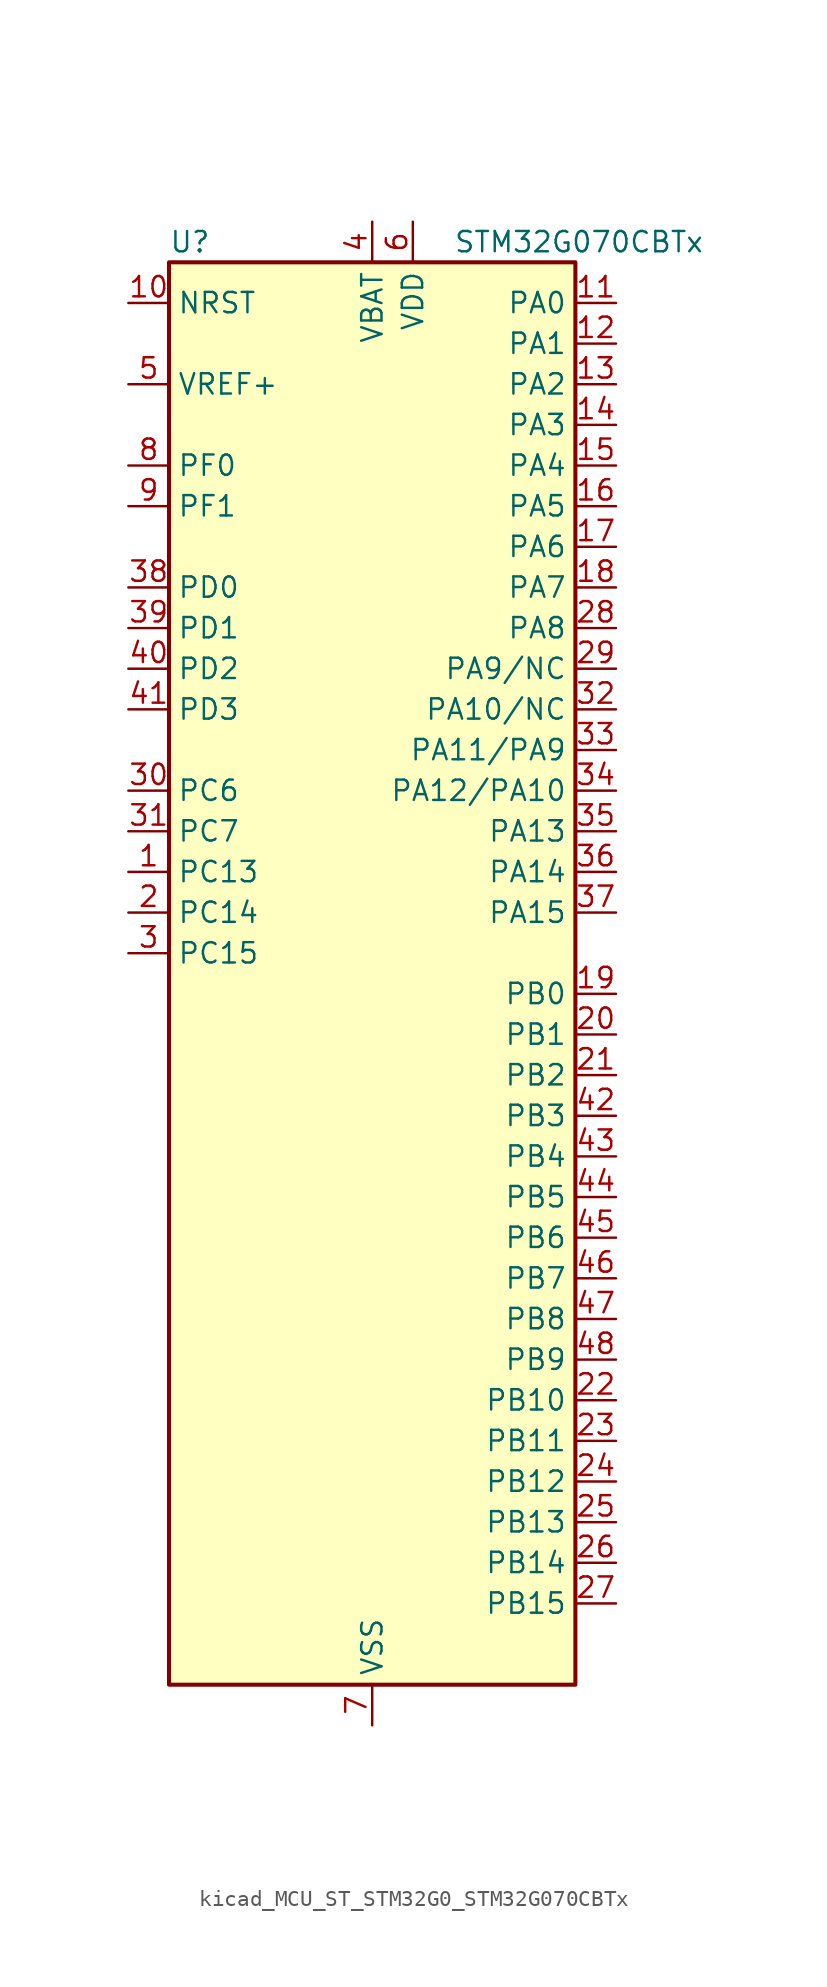
<source format=kicad_sym>
(kicad_symbol_lib
  (version 20220914)
  (generator kicad_symbol_editor)
  (symbol "kicad_MCU_ST_STM32G0_STM32G070CBTx"
    (property "Reference" "U"
      (at -12.7 46.99 0)
      (effects (font (size 1.27 1.27)) (justify left)))
    (property "Value" "STM32G070CBTx"
      (at 5.08 46.99 0)
      (effects (font (size 1.27 1.27)) (justify left)))
    (property "ki_locked" ""
      (at 0 0 0)
      (effects (font (size 1.27 1.27))))
    (symbol "kicad_MCU_ST_STM32G0_STM32G070CBTx_0_1"
      (rectangle (start -12.7 -43.18) (end 12.7 45.72) (stroke (width 0.254) (type default)) (fill (type background))))
    (symbol "kicad_MCU_ST_STM32G0_STM32G070CBTx_1_1"
      (pin bidirectional line (at -15.24 7.62 0) (length 2.54) (name "PC13" (effects (font (size 1.27 1.27)))) (number "1" (effects (font (size 1.27 1.27)))) (alternate "RTC_OUT_ALARM" bidirectional line) (alternate "RTC_OUT_CALIB" bidirectional line) (alternate "RTC_TAMP_IN1" bidirectional line) (alternate "RTC_TS" bidirectional line) (alternate "SYS_WKUP2" bidirectional line) (alternate "TIM1_BK" bidirectional line))
      (pin input line (at -15.24 43.18 0) (length 2.54) (name "NRST" (effects (font (size 1.27 1.27)))) (number "10" (effects (font (size 1.27 1.27)))))
      (pin bidirectional line (at 15.24 43.18 180) (length 2.54) (name "PA0" (effects (font (size 1.27 1.27)))) (number "11" (effects (font (size 1.27 1.27)))) (alternate "ADC1_IN0" bidirectional line) (alternate "RTC_TAMP_IN2" bidirectional line) (alternate "SPI2_SCK" bidirectional line) (alternate "SYS_WKUP1" bidirectional line) (alternate "USART2_CTS" bidirectional line) (alternate "USART2_NSS" bidirectional line) (alternate "USART4_TX" bidirectional line))
      (pin bidirectional line (at 15.24 40.64 180) (length 2.54) (name "PA1" (effects (font (size 1.27 1.27)))) (number "12" (effects (font (size 1.27 1.27)))) (alternate "ADC1_IN1" bidirectional line) (alternate "I2C1_SMBA" bidirectional line) (alternate "I2S1_CK" bidirectional line) (alternate "SPI1_SCK" bidirectional line) (alternate "TIM15_CH1N" bidirectional line) (alternate "USART2_CK" bidirectional line) (alternate "USART2_DE" bidirectional line) (alternate "USART2_RTS" bidirectional line) (alternate "USART4_RX" bidirectional line))
      (pin bidirectional line (at 15.24 38.1 180) (length 2.54) (name "PA2" (effects (font (size 1.27 1.27)))) (number "13" (effects (font (size 1.27 1.27)))) (alternate "ADC1_IN2" bidirectional line) (alternate "I2S1_SD" bidirectional line) (alternate "RCC_LSCO" bidirectional line) (alternate "SPI1_MOSI" bidirectional line) (alternate "SYS_WKUP4" bidirectional line) (alternate "TIM15_CH1" bidirectional line) (alternate "USART2_TX" bidirectional line))
      (pin bidirectional line (at 15.24 35.56 180) (length 2.54) (name "PA3" (effects (font (size 1.27 1.27)))) (number "14" (effects (font (size 1.27 1.27)))) (alternate "ADC1_IN3" bidirectional line) (alternate "SPI2_MISO" bidirectional line) (alternate "TIM15_CH2" bidirectional line) (alternate "USART2_RX" bidirectional line))
      (pin bidirectional line (at 15.24 33.02 180) (length 2.54) (name "PA4" (effects (font (size 1.27 1.27)))) (number "15" (effects (font (size 1.27 1.27)))) (alternate "ADC1_IN4" bidirectional line) (alternate "I2S1_WS" bidirectional line) (alternate "RTC_OUT_ALARM" bidirectional line) (alternate "RTC_OUT_CALIB" bidirectional line) (alternate "SPI1_NSS" bidirectional line) (alternate "SPI2_MOSI" bidirectional line) (alternate "TIM14_CH1" bidirectional line))
      (pin bidirectional line (at 15.24 30.48 180) (length 2.54) (name "PA5" (effects (font (size 1.27 1.27)))) (number "16" (effects (font (size 1.27 1.27)))) (alternate "ADC1_IN5" bidirectional line) (alternate "I2S1_CK" bidirectional line) (alternate "SPI1_SCK" bidirectional line) (alternate "USART3_TX" bidirectional line))
      (pin bidirectional line (at 15.24 27.94 180) (length 2.54) (name "PA6" (effects (font (size 1.27 1.27)))) (number "17" (effects (font (size 1.27 1.27)))) (alternate "ADC1_IN6" bidirectional line) (alternate "I2S1_MCK" bidirectional line) (alternate "SPI1_MISO" bidirectional line) (alternate "TIM16_CH1" bidirectional line) (alternate "TIM1_BK" bidirectional line) (alternate "TIM3_CH1" bidirectional line) (alternate "USART3_CTS" bidirectional line) (alternate "USART3_NSS" bidirectional line))
      (pin bidirectional line (at 15.24 25.4 180) (length 2.54) (name "PA7" (effects (font (size 1.27 1.27)))) (number "18" (effects (font (size 1.27 1.27)))) (alternate "ADC1_IN7" bidirectional line) (alternate "I2S1_SD" bidirectional line) (alternate "SPI1_MOSI" bidirectional line) (alternate "TIM14_CH1" bidirectional line) (alternate "TIM17_CH1" bidirectional line) (alternate "TIM1_CH1N" bidirectional line) (alternate "TIM3_CH2" bidirectional line))
      (pin bidirectional line (at 15.24 0 180) (length 2.54) (name "PB0" (effects (font (size 1.27 1.27)))) (number "19" (effects (font (size 1.27 1.27)))) (alternate "ADC1_IN8" bidirectional line) (alternate "I2S1_WS" bidirectional line) (alternate "SPI1_NSS" bidirectional line) (alternate "TIM1_CH2N" bidirectional line) (alternate "TIM3_CH3" bidirectional line) (alternate "USART3_RX" bidirectional line))
      (pin bidirectional line (at -15.24 5.08 0) (length 2.54) (name "PC14" (effects (font (size 1.27 1.27)))) (number "2" (effects (font (size 1.27 1.27)))) (alternate "RCC_OSC32_IN" bidirectional line) (alternate "TIM1_BK2" bidirectional line))
      (pin bidirectional line (at 15.24 -2.54 180) (length 2.54) (name "PB1" (effects (font (size 1.27 1.27)))) (number "20" (effects (font (size 1.27 1.27)))) (alternate "ADC1_IN9" bidirectional line) (alternate "TIM14_CH1" bidirectional line) (alternate "TIM1_CH3N" bidirectional line) (alternate "TIM3_CH4" bidirectional line) (alternate "USART3_CK" bidirectional line) (alternate "USART3_DE" bidirectional line) (alternate "USART3_RTS" bidirectional line))
      (pin bidirectional line (at 15.24 -5.08 180) (length 2.54) (name "PB2" (effects (font (size 1.27 1.27)))) (number "21" (effects (font (size 1.27 1.27)))) (alternate "ADC1_IN10" bidirectional line) (alternate "SPI2_MISO" bidirectional line) (alternate "USART3_TX" bidirectional line))
      (pin bidirectional line (at 15.24 -25.4 180) (length 2.54) (name "PB10" (effects (font (size 1.27 1.27)))) (number "22" (effects (font (size 1.27 1.27)))) (alternate "ADC1_IN11" bidirectional line) (alternate "I2C2_SCL" bidirectional line) (alternate "SPI2_SCK" bidirectional line) (alternate "USART3_TX" bidirectional line))
      (pin bidirectional line (at 15.24 -27.94 180) (length 2.54) (name "PB11" (effects (font (size 1.27 1.27)))) (number "23" (effects (font (size 1.27 1.27)))) (alternate "ADC1_EXTI11" bidirectional line) (alternate "ADC1_IN15" bidirectional line) (alternate "I2C2_SDA" bidirectional line) (alternate "SPI2_MOSI" bidirectional line) (alternate "USART3_RX" bidirectional line))
      (pin bidirectional line (at 15.24 -30.48 180) (length 2.54) (name "PB12" (effects (font (size 1.27 1.27)))) (number "24" (effects (font (size 1.27 1.27)))) (alternate "ADC1_IN16" bidirectional line) (alternate "SPI2_NSS" bidirectional line) (alternate "TIM15_BK" bidirectional line) (alternate "TIM1_BK" bidirectional line))
      (pin bidirectional line (at 15.24 -33.02 180) (length 2.54) (name "PB13" (effects (font (size 1.27 1.27)))) (number "25" (effects (font (size 1.27 1.27)))) (alternate "I2C2_SCL" bidirectional line) (alternate "SPI2_SCK" bidirectional line) (alternate "TIM15_CH1N" bidirectional line) (alternate "TIM1_CH1N" bidirectional line) (alternate "USART3_CTS" bidirectional line) (alternate "USART3_NSS" bidirectional line))
      (pin bidirectional line (at 15.24 -35.56 180) (length 2.54) (name "PB14" (effects (font (size 1.27 1.27)))) (number "26" (effects (font (size 1.27 1.27)))) (alternate "I2C2_SDA" bidirectional line) (alternate "SPI2_MISO" bidirectional line) (alternate "TIM15_CH1" bidirectional line) (alternate "TIM1_CH2N" bidirectional line) (alternate "USART3_CK" bidirectional line) (alternate "USART3_DE" bidirectional line) (alternate "USART3_RTS" bidirectional line))
      (pin bidirectional line (at 15.24 -38.1 180) (length 2.54) (name "PB15" (effects (font (size 1.27 1.27)))) (number "27" (effects (font (size 1.27 1.27)))) (alternate "RTC_REFIN" bidirectional line) (alternate "SPI2_MOSI" bidirectional line) (alternate "TIM15_CH1N" bidirectional line) (alternate "TIM15_CH2" bidirectional line) (alternate "TIM1_CH3N" bidirectional line))
      (pin bidirectional line (at 15.24 22.86 180) (length 2.54) (name "PA8" (effects (font (size 1.27 1.27)))) (number "28" (effects (font (size 1.27 1.27)))) (alternate "RCC_MCO" bidirectional line) (alternate "SPI2_NSS" bidirectional line) (alternate "TIM1_CH1" bidirectional line))
      (pin bidirectional line (at 15.24 20.32 180) (length 2.54) (name "PA9/NC" (effects (font (size 1.27 1.27)))) (number "29" (effects (font (size 1.27 1.27)))) (alternate "I2C1_SCL" bidirectional line) (alternate "RCC_MCO" bidirectional line) (alternate "SPI2_MISO" bidirectional line) (alternate "TIM15_BK" bidirectional line) (alternate "TIM1_CH2" bidirectional line) (alternate "USART1_TX" bidirectional line))
      (pin bidirectional line (at -15.24 2.54 0) (length 2.54) (name "PC15" (effects (font (size 1.27 1.27)))) (number "3" (effects (font (size 1.27 1.27)))) (alternate "RCC_OSC32_EN" bidirectional line) (alternate "RCC_OSC32_OUT" bidirectional line) (alternate "RCC_OSC_EN" bidirectional line) (alternate "TIM15_BK" bidirectional line))
      (pin bidirectional line (at -15.24 12.7 0) (length 2.54) (name "PC6" (effects (font (size 1.27 1.27)))) (number "30" (effects (font (size 1.27 1.27)))) (alternate "TIM3_CH1" bidirectional line))
      (pin bidirectional line (at -15.24 10.16 0) (length 2.54) (name "PC7" (effects (font (size 1.27 1.27)))) (number "31" (effects (font (size 1.27 1.27)))) (alternate "TIM3_CH2" bidirectional line))
      (pin bidirectional line (at 15.24 17.78 180) (length 2.54) (name "PA10/NC" (effects (font (size 1.27 1.27)))) (number "32" (effects (font (size 1.27 1.27)))) (alternate "I2C1_SDA" bidirectional line) (alternate "SPI2_MOSI" bidirectional line) (alternate "TIM17_BK" bidirectional line) (alternate "TIM1_CH3" bidirectional line) (alternate "USART1_RX" bidirectional line))
      (pin bidirectional line (at 15.24 15.24 180) (length 2.54) (name "PA11/PA9" (effects (font (size 1.27 1.27)))) (number "33" (effects (font (size 1.27 1.27)))) (alternate "ADC1_EXTI11" bidirectional line) (alternate "I2C2_SCL" bidirectional line) (alternate "I2S1_MCK" bidirectional line) (alternate "SPI1_MISO" bidirectional line) (alternate "TIM1_BK2" bidirectional line) (alternate "TIM1_CH4" bidirectional line) (alternate "USART1_CTS" bidirectional line) (alternate "USART1_NSS" bidirectional line))
      (pin bidirectional line (at 15.24 12.7 180) (length 2.54) (name "PA12/PA10" (effects (font (size 1.27 1.27)))) (number "34" (effects (font (size 1.27 1.27)))) (alternate "I2C2_SDA" bidirectional line) (alternate "I2S1_SD" bidirectional line) (alternate "I2S_CKIN" bidirectional line) (alternate "SPI1_MOSI" bidirectional line) (alternate "TIM1_ETR" bidirectional line) (alternate "USART1_CK" bidirectional line) (alternate "USART1_DE" bidirectional line) (alternate "USART1_RTS" bidirectional line))
      (pin bidirectional line (at 15.24 10.16 180) (length 2.54) (name "PA13" (effects (font (size 1.27 1.27)))) (number "35" (effects (font (size 1.27 1.27)))) (alternate "IR_OUT" bidirectional line) (alternate "SYS_SWDIO" bidirectional line))
      (pin bidirectional line (at 15.24 7.62 180) (length 2.54) (name "PA14" (effects (font (size 1.27 1.27)))) (number "36" (effects (font (size 1.27 1.27)))) (alternate "SYS_SWCLK" bidirectional line) (alternate "USART2_TX" bidirectional line))
      (pin bidirectional line (at 15.24 5.08 180) (length 2.54) (name "PA15" (effects (font (size 1.27 1.27)))) (number "37" (effects (font (size 1.27 1.27)))) (alternate "I2S1_WS" bidirectional line) (alternate "SPI1_NSS" bidirectional line) (alternate "USART2_RX" bidirectional line) (alternate "USART3_CK" bidirectional line) (alternate "USART3_DE" bidirectional line) (alternate "USART3_RTS" bidirectional line) (alternate "USART4_CK" bidirectional line) (alternate "USART4_DE" bidirectional line) (alternate "USART4_RTS" bidirectional line))
      (pin bidirectional line (at -15.24 25.4 0) (length 2.54) (name "PD0" (effects (font (size 1.27 1.27)))) (number "38" (effects (font (size 1.27 1.27)))) (alternate "SPI2_NSS" bidirectional line) (alternate "TIM16_CH1" bidirectional line))
      (pin bidirectional line (at -15.24 22.86 0) (length 2.54) (name "PD1" (effects (font (size 1.27 1.27)))) (number "39" (effects (font (size 1.27 1.27)))) (alternate "SPI2_SCK" bidirectional line) (alternate "TIM17_CH1" bidirectional line))
      (pin power_in line (at 0 48.26 270) (length 2.54) (name "VBAT" (effects (font (size 1.27 1.27)))) (number "4" (effects (font (size 1.27 1.27)))))
      (pin bidirectional line (at -15.24 20.32 0) (length 2.54) (name "PD2" (effects (font (size 1.27 1.27)))) (number "40" (effects (font (size 1.27 1.27)))) (alternate "TIM1_CH1N" bidirectional line) (alternate "TIM3_ETR" bidirectional line) (alternate "USART3_CK" bidirectional line) (alternate "USART3_DE" bidirectional line) (alternate "USART3_RTS" bidirectional line))
      (pin bidirectional line (at -15.24 17.78 0) (length 2.54) (name "PD3" (effects (font (size 1.27 1.27)))) (number "41" (effects (font (size 1.27 1.27)))) (alternate "SPI2_MISO" bidirectional line) (alternate "TIM1_CH2N" bidirectional line) (alternate "USART2_CTS" bidirectional line) (alternate "USART2_NSS" bidirectional line))
      (pin bidirectional line (at 15.24 -7.62 180) (length 2.54) (name "PB3" (effects (font (size 1.27 1.27)))) (number "42" (effects (font (size 1.27 1.27)))) (alternate "I2S1_CK" bidirectional line) (alternate "SPI1_SCK" bidirectional line) (alternate "TIM1_CH2" bidirectional line) (alternate "USART1_CK" bidirectional line) (alternate "USART1_DE" bidirectional line) (alternate "USART1_RTS" bidirectional line))
      (pin bidirectional line (at 15.24 -10.16 180) (length 2.54) (name "PB4" (effects (font (size 1.27 1.27)))) (number "43" (effects (font (size 1.27 1.27)))) (alternate "I2S1_MCK" bidirectional line) (alternate "SPI1_MISO" bidirectional line) (alternate "TIM17_BK" bidirectional line) (alternate "TIM3_CH1" bidirectional line) (alternate "USART1_CTS" bidirectional line) (alternate "USART1_NSS" bidirectional line))
      (pin bidirectional line (at 15.24 -12.7 180) (length 2.54) (name "PB5" (effects (font (size 1.27 1.27)))) (number "44" (effects (font (size 1.27 1.27)))) (alternate "I2C1_SMBA" bidirectional line) (alternate "I2S1_SD" bidirectional line) (alternate "SPI1_MOSI" bidirectional line) (alternate "SYS_WKUP6" bidirectional line) (alternate "TIM16_BK" bidirectional line) (alternate "TIM3_CH2" bidirectional line))
      (pin bidirectional line (at 15.24 -15.24 180) (length 2.54) (name "PB6" (effects (font (size 1.27 1.27)))) (number "45" (effects (font (size 1.27 1.27)))) (alternate "I2C1_SCL" bidirectional line) (alternate "SPI2_MISO" bidirectional line) (alternate "TIM16_CH1N" bidirectional line) (alternate "TIM1_CH3" bidirectional line) (alternate "USART1_TX" bidirectional line))
      (pin bidirectional line (at 15.24 -17.78 180) (length 2.54) (name "PB7" (effects (font (size 1.27 1.27)))) (number "46" (effects (font (size 1.27 1.27)))) (alternate "I2C1_SDA" bidirectional line) (alternate "SPI2_MOSI" bidirectional line) (alternate "TIM17_CH1N" bidirectional line) (alternate "USART1_RX" bidirectional line) (alternate "USART4_CTS" bidirectional line) (alternate "USART4_NSS" bidirectional line))
      (pin bidirectional line (at 15.24 -20.32 180) (length 2.54) (name "PB8" (effects (font (size 1.27 1.27)))) (number "47" (effects (font (size 1.27 1.27)))) (alternate "I2C1_SCL" bidirectional line) (alternate "SPI2_SCK" bidirectional line) (alternate "TIM15_BK" bidirectional line) (alternate "TIM16_CH1" bidirectional line) (alternate "USART3_TX" bidirectional line))
      (pin bidirectional line (at 15.24 -22.86 180) (length 2.54) (name "PB9" (effects (font (size 1.27 1.27)))) (number "48" (effects (font (size 1.27 1.27)))) (alternate "I2C1_SDA" bidirectional line) (alternate "IR_OUT" bidirectional line) (alternate "SPI2_NSS" bidirectional line) (alternate "TIM17_CH1" bidirectional line) (alternate "USART3_RX" bidirectional line))
      (pin input line (at -15.24 38.1 0) (length 2.54) (name "VREF+" (effects (font (size 1.27 1.27)))) (number "5" (effects (font (size 1.27 1.27)))))
      (pin power_in line (at 2.54 48.26 270) (length 2.54) (name "VDD" (effects (font (size 1.27 1.27)))) (number "6" (effects (font (size 1.27 1.27)))))
      (pin power_in line (at 0 -45.72 90) (length 2.54) (name "VSS" (effects (font (size 1.27 1.27)))) (number "7" (effects (font (size 1.27 1.27)))))
      (pin bidirectional line (at -15.24 33.02 0) (length 2.54) (name "PF0" (effects (font (size 1.27 1.27)))) (number "8" (effects (font (size 1.27 1.27)))) (alternate "RCC_OSC_IN" bidirectional line) (alternate "TIM14_CH1" bidirectional line))
      (pin bidirectional line (at -15.24 30.48 0) (length 2.54) (name "PF1" (effects (font (size 1.27 1.27)))) (number "9" (effects (font (size 1.27 1.27)))) (alternate "RCC_OSC_EN" bidirectional line) (alternate "RCC_OSC_OUT" bidirectional line) (alternate "TIM15_CH1N" bidirectional line)))))
</source>
